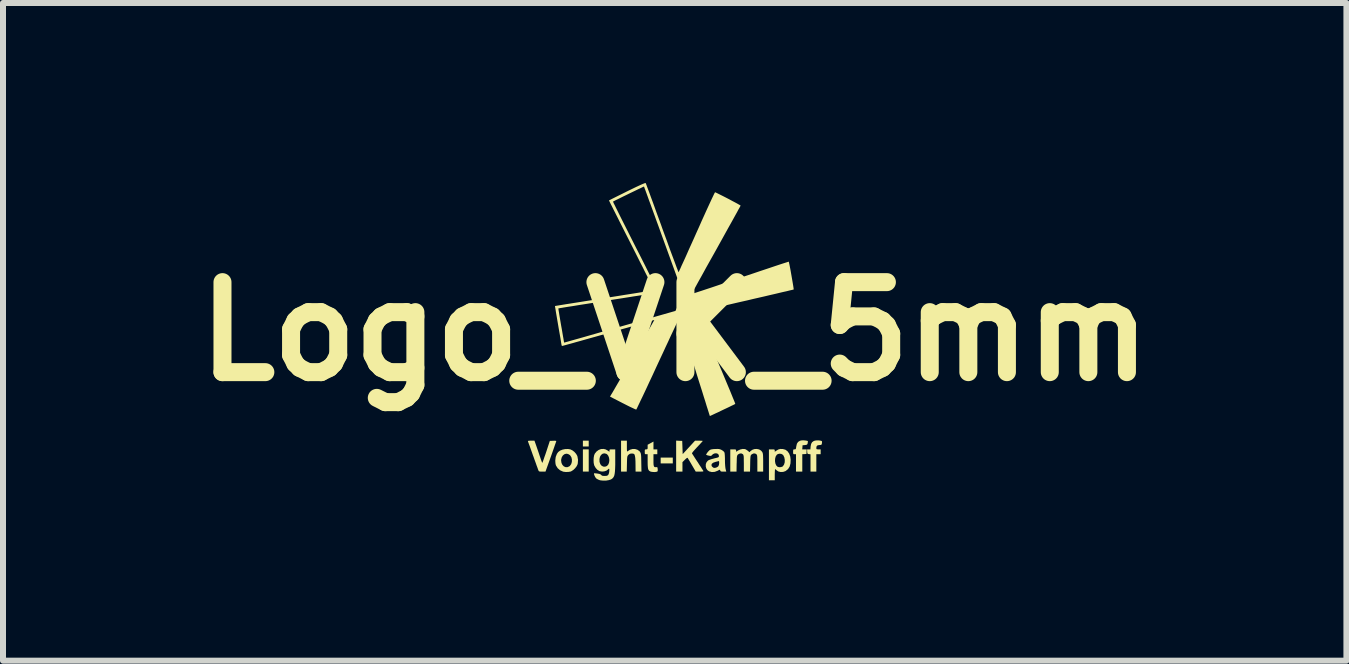
<source format=kicad_pcb>
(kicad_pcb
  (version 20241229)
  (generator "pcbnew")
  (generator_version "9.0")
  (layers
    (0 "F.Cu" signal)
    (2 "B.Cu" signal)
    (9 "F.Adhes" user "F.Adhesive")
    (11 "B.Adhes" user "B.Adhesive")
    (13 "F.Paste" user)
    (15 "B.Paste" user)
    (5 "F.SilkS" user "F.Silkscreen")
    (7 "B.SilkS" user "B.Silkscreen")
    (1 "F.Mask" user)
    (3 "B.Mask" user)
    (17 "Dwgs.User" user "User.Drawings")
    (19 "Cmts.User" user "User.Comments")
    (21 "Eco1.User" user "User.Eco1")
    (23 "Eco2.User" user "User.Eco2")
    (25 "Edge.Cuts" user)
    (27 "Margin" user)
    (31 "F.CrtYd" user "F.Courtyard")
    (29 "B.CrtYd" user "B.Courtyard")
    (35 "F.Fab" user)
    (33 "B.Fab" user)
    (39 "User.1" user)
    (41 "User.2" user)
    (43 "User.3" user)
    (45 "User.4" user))
  (footprint "Logo_VK_5mm"
    (layer "F.Cu")
    (at 8.193 2.473)
    (property "Reference" "Logo_VK_5mm" (at 0 0 0) (layer "F.SilkS") (effects (font (size 1.5 1.5) (thickness 0.3))))
    (attr board_only exclude_from_pos_files exclude_from_bom)
    (fp_poly (pts (xy -1.433 1.868) (xy -1.433 1.917) (xy -1.482 1.917) (xy -1.53 1.917) (xy -1.53 1.868) (xy -1.53 1.82) (xy -1.482 1.82) (xy -1.433 1.82)) (stroke (width 0) (type solid)) (fill yes) (layer "F.SilkS"))
    (fp_poly (pts (xy -1.433 2.15) (xy -1.433 2.335) (xy -1.482 2.335) (xy -1.53 2.335) (xy -1.53 2.15) (xy -1.53 1.965) (xy -1.482 1.965) (xy -1.433 1.965)) (stroke (width 0) (type solid)) (fill yes) (layer "F.SilkS"))
    (fp_poly (pts (xy -0.032 2.15) (xy -0.032 2.199) (xy -0.133 2.199) (xy -0.234 2.199) (xy -0.234 2.15) (xy -0.234 2.102) (xy -0.133 2.102) (xy -0.032 2.102)) (stroke (width 0) (type solid)) (fill yes) (layer "F.SilkS"))
    (fp_poly (pts (xy 2.42 1.818) (xy 2.442 1.823) (xy 2.453 1.829) (xy 2.455 1.842) (xy 2.453 1.862) (xy 2.453 1.865) (xy 2.448 1.882) (xy 2.441 1.89) (xy 2.424 1.892) (xy 2.412 1.893) (xy 2.383 1.897) (xy 2.366 1.91) (xy 2.36 1.935) (xy 2.36 1.944) (xy 2.361 1.957) (xy 2.368 1.963) (xy 2.385 1.965) (xy 2.396 1.965) (xy 2.432 1.965) (xy 2.432 2.005) (xy 2.432 2.046) (xy 2.396 2.046) (xy 2.36 2.046) (xy 2.36 2.19) (xy 2.36 2.335) (xy 2.311 2.335) (xy 2.263 2.335) (xy 2.263 2.191) (xy 2.263 2.047) (xy 2.237 2.044) (xy 2.221 2.041) (xy 2.213 2.035) (xy 2.209 2.019) (xy 2.208 2.003) (xy 2.206 1.965) (xy 2.233 1.965) (xy 2.261 1.965) (xy 2.265 1.916) (xy 2.273 1.875) (xy 2.289 1.846) (xy 2.315 1.827) (xy 2.338 1.819) (xy 2.363 1.816) (xy 2.392 1.815)) (stroke (width 0) (type solid)) (fill yes) (layer "F.SilkS"))
    (fp_poly (pts (xy 2.154 1.815) (xy 2.182 1.818) (xy 2.205 1.822) (xy 2.217 1.826) (xy 2.218 1.827) (xy 2.219 1.838) (xy 2.216 1.857) (xy 2.216 1.861) (xy 2.211 1.877) (xy 2.203 1.886) (xy 2.187 1.891) (xy 2.17 1.893) (xy 2.13 1.897) (xy 2.128 1.931) (xy 2.125 1.965) (xy 2.162 1.965) (xy 2.199 1.965) (xy 2.197 2.003) (xy 2.195 2.042) (xy 2.16 2.044) (xy 2.126 2.046) (xy 2.126 2.191) (xy 2.126 2.335) (xy 2.074 2.335) (xy 2.021 2.335) (xy 2.021 2.19) (xy 2.021 2.046) (xy 1.997 2.046) (xy 1.983 2.045) (xy 1.976 2.039) (xy 1.973 2.025) (xy 1.973 2.005) (xy 1.974 1.981) (xy 1.977 1.97) (xy 1.985 1.965) (xy 1.996 1.965) (xy 2.009 1.964) (xy 2.017 1.959) (xy 2.021 1.946) (xy 2.025 1.921) (xy 2.026 1.915) (xy 2.036 1.871) (xy 2.056 1.841) (xy 2.087 1.822) (xy 2.106 1.817) (xy 2.127 1.815)) (stroke (width 0) (type solid)) (fill yes) (layer "F.SilkS"))
    (fp_poly (pts (xy -0.797 1.914) (xy -0.797 1.954) (xy -0.796 1.98) (xy -0.795 1.994) (xy -0.792 2) (xy -0.787 1.999) (xy -0.783 1.995) (xy -0.745 1.971) (xy -0.703 1.959) (xy -0.661 1.959) (xy -0.622 1.971) (xy -0.589 1.994) (xy -0.579 2.006) (xy -0.572 2.017) (xy -0.567 2.027) (xy -0.564 2.041) (xy -0.561 2.06) (xy -0.559 2.088) (xy -0.558 2.126) (xy -0.557 2.177) (xy -0.557 2.184) (xy -0.554 2.335) (xy -0.603 2.335) (xy -0.652 2.335) (xy -0.653 2.229) (xy -0.654 2.162) (xy -0.657 2.11) (xy -0.663 2.073) (xy -0.671 2.05) (xy -0.676 2.043) (xy -0.689 2.037) (xy -0.711 2.034) (xy -0.717 2.034) (xy -0.745 2.038) (xy -0.768 2.053) (xy -0.771 2.056) (xy -0.779 2.065) (xy -0.785 2.073) (xy -0.789 2.085) (xy -0.792 2.102) (xy -0.794 2.127) (xy -0.795 2.163) (xy -0.796 2.207) (xy -0.799 2.335) (xy -0.846 2.335) (xy -0.894 2.335) (xy -0.894 2.078) (xy -0.894 1.82) (xy -0.846 1.82) (xy -0.797 1.82)) (stroke (width 0) (type solid)) (fill yes) (layer "F.SilkS"))
    (fp_poly (pts (xy -0.354 1.9) (xy -0.354 1.965) (xy -0.322 1.965) (xy -0.29 1.965) (xy -0.29 2.005) (xy -0.29 2.046) (xy -0.322 2.046) (xy -0.354 2.046) (xy -0.354 2.145) (xy -0.354 2.192) (xy -0.352 2.224) (xy -0.347 2.246) (xy -0.339 2.257) (xy -0.327 2.262) (xy -0.31 2.261) (xy -0.309 2.261) (xy -0.295 2.261) (xy -0.288 2.266) (xy -0.285 2.282) (xy -0.283 2.296) (xy -0.283 2.319) (xy -0.286 2.331) (xy -0.296 2.337) (xy -0.3 2.338) (xy -0.329 2.343) (xy -0.362 2.342) (xy -0.392 2.338) (xy -0.41 2.332) (xy -0.425 2.322) (xy -0.435 2.31) (xy -0.443 2.292) (xy -0.447 2.266) (xy -0.45 2.23) (xy -0.451 2.181) (xy -0.451 2.164) (xy -0.451 2.046) (xy -0.475 2.046) (xy -0.489 2.045) (xy -0.497 2.039) (xy -0.499 2.025) (xy -0.499 2.005) (xy -0.499 1.981) (xy -0.496 1.97) (xy -0.487 1.965) (xy -0.475 1.965) (xy -0.461 1.964) (xy -0.454 1.958) (xy -0.451 1.944) (xy -0.451 1.927) (xy -0.451 1.888) (xy -0.403 1.862) (xy -0.354 1.835)) (stroke (width 0) (type solid)) (fill yes) (layer "F.SilkS"))
    (fp_poly (pts (xy -1.74 1.965) (xy -1.706 1.981) (xy -1.672 2.007) (xy -1.643 2.04) (xy -1.623 2.075) (xy -1.621 2.083) (xy -1.611 2.139) (xy -1.615 2.197) (xy -1.62 2.218) (xy -1.636 2.249) (xy -1.661 2.281) (xy -1.691 2.309) (xy -1.722 2.329) (xy -1.736 2.335) (xy -1.773 2.341) (xy -1.814 2.342) (xy -1.85 2.338) (xy -1.86 2.336) (xy -1.911 2.313) (xy -1.95 2.279) (xy -1.978 2.235) (xy -1.981 2.227) (xy -1.986 2.207) (xy -1.989 2.177) (xy -1.99 2.15) (xy -1.893 2.15) (xy -1.887 2.191) (xy -1.871 2.224) (xy -1.848 2.248) (xy -1.82 2.261) (xy -1.789 2.262) (xy -1.758 2.249) (xy -1.747 2.241) (xy -1.725 2.211) (xy -1.714 2.174) (xy -1.713 2.134) (xy -1.722 2.096) (xy -1.742 2.065) (xy -1.747 2.06) (xy -1.777 2.042) (xy -1.808 2.037) (xy -1.838 2.046) (xy -1.863 2.066) (xy -1.882 2.096) (xy -1.892 2.134) (xy -1.893 2.15) (xy -1.99 2.15) (xy -1.99 2.149) (xy -1.983 2.091) (xy -1.963 2.04) (xy -1.942 2.01) (xy -1.912 1.987) (xy -1.872 1.97) (xy -1.825 1.96) (xy -1.777 1.959)) (stroke (width 0) (type solid)) (fill yes) (layer "F.SilkS"))
    (fp_poly (pts (xy 0.074 1.822) (xy 0.125 1.824) (xy 0.129 1.934) (xy 0.133 2.044) (xy 0.236 1.932) (xy 0.339 1.82) (xy 0.403 1.82) (xy 0.433 1.821) (xy 0.455 1.822) (xy 0.466 1.824) (xy 0.467 1.825) (xy 0.462 1.832) (xy 0.447 1.849) (xy 0.425 1.873) (xy 0.397 1.903) (xy 0.375 1.926) (xy 0.341 1.963) (xy 0.314 1.993) (xy 0.296 2.016) (xy 0.288 2.029) (xy 0.288 2.032) (xy 0.294 2.042) (xy 0.307 2.062) (xy 0.326 2.092) (xy 0.35 2.129) (xy 0.377 2.17) (xy 0.383 2.178) (xy 0.41 2.221) (xy 0.435 2.258) (xy 0.455 2.29) (xy 0.47 2.313) (xy 0.478 2.325) (xy 0.478 2.325) (xy 0.477 2.33) (xy 0.467 2.334) (xy 0.443 2.335) (xy 0.417 2.335) (xy 0.35 2.335) (xy 0.288 2.229) (xy 0.266 2.191) (xy 0.246 2.157) (xy 0.23 2.131) (xy 0.22 2.114) (xy 0.218 2.11) (xy 0.212 2.105) (xy 0.202 2.109) (xy 0.186 2.122) (xy 0.169 2.138) (xy 0.129 2.178) (xy 0.129 2.257) (xy 0.129 2.335) (xy 0.077 2.335) (xy 0.024 2.335) (xy 0.024 2.077) (xy 0.024 1.819)) (stroke (width 0) (type solid)) (fill yes) (layer "F.SilkS"))
    (fp_poly (pts (xy -2.305 1.911) (xy -2.289 1.958) (xy -2.27 2.013) (xy -2.252 2.067) (xy -2.242 2.096) (xy -2.23 2.132) (xy -2.219 2.162) (xy -2.211 2.182) (xy -2.207 2.19) (xy -2.207 2.19) (xy -2.203 2.183) (xy -2.195 2.163) (xy -2.184 2.131) (xy -2.17 2.09) (xy -2.153 2.043) (xy -2.141 2.007) (xy -2.081 1.824) (xy -2.027 1.822) (xy -2 1.821) (xy -1.98 1.823) (xy -1.973 1.826) (xy -1.973 1.826) (xy -1.976 1.835) (xy -1.983 1.857) (xy -1.995 1.89) (xy -2.01 1.934) (xy -2.028 1.985) (xy -2.048 2.042) (xy -2.063 2.084) (xy -2.153 2.335) (xy -2.208 2.335) (xy -2.238 2.335) (xy -2.255 2.333) (xy -2.264 2.328) (xy -2.27 2.318) (xy -2.272 2.313) (xy -2.277 2.3) (xy -2.286 2.274) (xy -2.3 2.237) (xy -2.316 2.191) (xy -2.335 2.139) (xy -2.355 2.082) (xy -2.36 2.07) (xy -2.38 2.013) (xy -2.399 1.96) (xy -2.415 1.914) (xy -2.429 1.877) (xy -2.439 1.85) (xy -2.444 1.835) (xy -2.444 1.834) (xy -2.446 1.827) (xy -2.44 1.823) (xy -2.425 1.821) (xy -2.397 1.82) (xy -2.394 1.82) (xy -2.337 1.82)) (stroke (width 0) (type solid)) (fill yes) (layer "F.SilkS"))
    (fp_poly (pts (xy 1.796 1.959) (xy 1.801 1.959) (xy 1.845 1.971) (xy 1.88 1.997) (xy 1.907 2.035) (xy 1.925 2.084) (xy 1.932 2.137) (xy 1.929 2.2) (xy 1.915 2.252) (xy 1.889 2.293) (xy 1.852 2.323) (xy 1.844 2.328) (xy 1.805 2.341) (xy 1.764 2.342) (xy 1.726 2.333) (xy 1.697 2.313) (xy 1.692 2.308) (xy 1.68 2.297) (xy 1.674 2.295) (xy 1.671 2.303) (xy 1.669 2.323) (xy 1.668 2.353) (xy 1.667 2.388) (xy 1.667 2.48) (xy 1.619 2.48) (xy 1.57 2.48) (xy 1.57 2.223) (xy 1.57 2.16) (xy 1.671 2.16) (xy 1.677 2.198) (xy 1.69 2.23) (xy 1.71 2.252) (xy 1.713 2.254) (xy 1.739 2.262) (xy 1.769 2.261) (xy 1.795 2.252) (xy 1.802 2.247) (xy 1.822 2.218) (xy 1.833 2.181) (xy 1.834 2.14) (xy 1.827 2.1) (xy 1.811 2.066) (xy 1.803 2.056) (xy 1.778 2.041) (xy 1.748 2.037) (xy 1.719 2.043) (xy 1.7 2.056) (xy 1.682 2.085) (xy 1.673 2.121) (xy 1.671 2.16) (xy 1.57 2.16) (xy 1.57 1.965) (xy 1.619 1.965) (xy 1.645 1.965) (xy 1.66 1.968) (xy 1.666 1.974) (xy 1.667 1.984) (xy 1.667 1.985) (xy 1.667 2.005) (xy 1.697 1.985) (xy 1.729 1.966) (xy 1.76 1.958)) (stroke (width 0) (type solid)) (fill yes) (layer "F.SilkS"))
    (fp_poly (pts (xy 1.17 1.96) (xy 1.171 1.96) (xy 1.19 1.969) (xy 1.212 1.984) (xy 1.219 1.989) (xy 1.246 2.013) (xy 1.261 1.996) (xy 1.292 1.973) (xy 1.328 1.96) (xy 1.368 1.958) (xy 1.406 1.966) (xy 1.438 1.985) (xy 1.457 2.007) (xy 1.463 2.018) (xy 1.467 2.03) (xy 1.47 2.046) (xy 1.472 2.069) (xy 1.473 2.101) (xy 1.474 2.145) (xy 1.474 2.184) (xy 1.474 2.335) (xy 1.425 2.335) (xy 1.377 2.335) (xy 1.377 2.199) (xy 1.377 2.148) (xy 1.376 2.112) (xy 1.375 2.086) (xy 1.373 2.069) (xy 1.369 2.057) (xy 1.364 2.049) (xy 1.36 2.045) (xy 1.338 2.033) (xy 1.311 2.034) (xy 1.285 2.047) (xy 1.276 2.054) (xy 1.27 2.061) (xy 1.266 2.071) (xy 1.263 2.086) (xy 1.261 2.109) (xy 1.259 2.142) (xy 1.258 2.187) (xy 1.258 2.203) (xy 1.255 2.335) (xy 1.203 2.335) (xy 1.152 2.335) (xy 1.152 2.199) (xy 1.151 2.148) (xy 1.151 2.112) (xy 1.15 2.086) (xy 1.147 2.069) (xy 1.144 2.057) (xy 1.139 2.049) (xy 1.135 2.045) (xy 1.113 2.033) (xy 1.086 2.034) (xy 1.059 2.047) (xy 1.051 2.054) (xy 1.045 2.061) (xy 1.041 2.071) (xy 1.037 2.086) (xy 1.035 2.109) (xy 1.034 2.142) (xy 1.033 2.187) (xy 1.032 2.203) (xy 1.03 2.335) (xy 0.978 2.335) (xy 0.926 2.335) (xy 0.926 2.15) (xy 0.926 1.965) (xy 0.974 1.965) (xy 1.001 1.965) (xy 1.016 1.968) (xy 1.022 1.974) (xy 1.023 1.984) (xy 1.023 1.985) (xy 1.023 2.005) (xy 1.054 1.985) (xy 1.092 1.967) (xy 1.132 1.958)) (stroke (width 0) (type solid)) (fill yes) (layer "F.SilkS"))
    (fp_poly (pts (xy 0.736 1.959) (xy 0.756 1.964) (xy 0.776 1.972) (xy 0.781 1.975) (xy 0.805 1.99) (xy 0.822 2.006) (xy 0.827 2.013) (xy 0.832 2.032) (xy 0.835 2.066) (xy 0.837 2.113) (xy 0.837 2.142) (xy 0.838 2.194) (xy 0.841 2.241) (xy 0.845 2.277) (xy 0.848 2.293) (xy 0.859 2.335) (xy 0.811 2.335) (xy 0.784 2.335) (xy 0.769 2.332) (xy 0.761 2.325) (xy 0.759 2.319) (xy 0.756 2.309) (xy 0.752 2.305) (xy 0.743 2.307) (xy 0.725 2.316) (xy 0.712 2.323) (xy 0.666 2.34) (xy 0.619 2.343) (xy 0.575 2.332) (xy 0.574 2.332) (xy 0.545 2.311) (xy 0.526 2.282) (xy 0.517 2.248) (xy 0.518 2.227) (xy 0.612 2.227) (xy 0.619 2.248) (xy 0.637 2.265) (xy 0.652 2.273) (xy 0.674 2.273) (xy 0.7 2.265) (xy 0.722 2.251) (xy 0.727 2.246) (xy 0.737 2.223) (xy 0.741 2.193) (xy 0.74 2.171) (xy 0.736 2.161) (xy 0.728 2.161) (xy 0.727 2.161) (xy 0.711 2.166) (xy 0.686 2.172) (xy 0.676 2.175) (xy 0.64 2.188) (xy 0.618 2.206) (xy 0.612 2.227) (xy 0.518 2.227) (xy 0.518 2.212) (xy 0.53 2.18) (xy 0.553 2.153) (xy 0.566 2.145) (xy 0.586 2.137) (xy 0.616 2.127) (xy 0.651 2.118) (xy 0.664 2.114) (xy 0.698 2.106) (xy 0.72 2.1) (xy 0.731 2.094) (xy 0.736 2.086) (xy 0.737 2.076) (xy 0.737 2.074) (xy 0.73 2.051) (xy 0.713 2.036) (xy 0.689 2.03) (xy 0.663 2.033) (xy 0.637 2.045) (xy 0.628 2.054) (xy 0.614 2.068) (xy 0.602 2.074) (xy 0.586 2.073) (xy 0.564 2.069) (xy 0.541 2.063) (xy 0.527 2.057) (xy 0.523 2.054) (xy 0.529 2.041) (xy 0.542 2.021) (xy 0.559 2) (xy 0.576 1.983) (xy 0.582 1.978) (xy 0.598 1.969) (xy 0.619 1.964) (xy 0.65 1.96) (xy 0.674 1.959) (xy 0.711 1.958)) (stroke (width 0) (type solid)) (fill yes) (layer "F.SilkS"))
    (fp_poly (pts (xy -1.153 1.965) (xy -1.121 1.982) (xy -1.117 1.985) (xy -1.087 2.005) (xy -1.087 1.985) (xy -1.086 1.974) (xy -1.08 1.968) (xy -1.066 1.965) (xy -1.04 1.965) (xy -1.039 1.965) (xy -0.991 1.965) (xy -0.991 2.145) (xy -0.991 2.222) (xy -0.993 2.285) (xy -0.996 2.335) (xy -1.001 2.374) (xy -1.008 2.404) (xy -1.019 2.427) (xy -1.032 2.444) (xy -1.049 2.458) (xy -1.067 2.468) (xy -1.1 2.478) (xy -1.142 2.485) (xy -1.188 2.486) (xy -1.231 2.482) (xy -1.251 2.478) (xy -1.278 2.467) (xy -1.302 2.453) (xy -1.309 2.448) (xy -1.321 2.432) (xy -1.333 2.41) (xy -1.342 2.388) (xy -1.345 2.371) (xy -1.344 2.364) (xy -1.335 2.363) (xy -1.314 2.365) (xy -1.288 2.368) (xy -1.255 2.374) (xy -1.235 2.382) (xy -1.225 2.391) (xy -1.215 2.401) (xy -1.2 2.406) (xy -1.174 2.408) (xy -1.168 2.408) (xy -1.135 2.406) (xy -1.114 2.397) (xy -1.101 2.379) (xy -1.093 2.349) (xy -1.091 2.333) (xy -1.089 2.304) (xy -1.092 2.289) (xy -1.101 2.289) (xy -1.112 2.3) (xy -1.137 2.319) (xy -1.172 2.331) (xy -1.21 2.335) (xy -1.247 2.329) (xy -1.254 2.327) (xy -1.287 2.307) (xy -1.316 2.276) (xy -1.338 2.238) (xy -1.342 2.228) (xy -1.35 2.191) (xy -1.352 2.148) (xy -1.351 2.126) (xy -1.254 2.126) (xy -1.253 2.17) (xy -1.252 2.176) (xy -1.24 2.211) (xy -1.219 2.237) (xy -1.191 2.252) (xy -1.161 2.254) (xy -1.131 2.243) (xy -1.125 2.238) (xy -1.104 2.213) (xy -1.093 2.18) (xy -1.089 2.143) (xy -1.094 2.106) (xy -1.107 2.072) (xy -1.127 2.047) (xy -1.143 2.038) (xy -1.176 2.031) (xy -1.204 2.039) (xy -1.228 2.059) (xy -1.245 2.088) (xy -1.254 2.126) (xy -1.351 2.126) (xy -1.35 2.104) (xy -1.343 2.065) (xy -1.332 2.037) (xy -1.304 2.002) (xy -1.268 1.975) (xy -1.229 1.96) (xy -1.221 1.959) (xy -1.184 1.958)) (stroke (width 0) (type solid)) (fill yes) (layer "F.SilkS"))
    (fp_poly (pts (xy -0.483 -2.472) (xy -0.48 -2.464) (xy -0.471 -2.441) (xy -0.458 -2.405) (xy -0.44 -2.357) (xy -0.418 -2.298) (xy -0.393 -2.229) (xy -0.364 -2.151) (xy -0.333 -2.065) (xy -0.3 -1.973) (xy -0.264 -1.875) (xy -0.226 -1.772) (xy -0.209 -1.723) (xy -0.171 -1.619) (xy -0.134 -1.519) (xy -0.1 -1.424) (xy -0.068 -1.336) (xy -0.038 -1.256) (xy -0.011 -1.184) (xy 0.012 -1.122) (xy 0.031 -1.07) (xy 0.047 -1.03) (xy 0.057 -1.002) (xy 0.063 -0.988) (xy 0.064 -0.986) (xy 0.068 -0.994) (xy 0.078 -1.015) (xy 0.094 -1.049) (xy 0.114 -1.095) (xy 0.14 -1.151) (xy 0.17 -1.216) (xy 0.203 -1.29) (xy 0.239 -1.372) (xy 0.279 -1.46) (xy 0.321 -1.553) (xy 0.364 -1.65) (xy 0.366 -1.654) (xy 0.41 -1.752) (xy 0.451 -1.845) (xy 0.491 -1.933) (xy 0.528 -2.015) (xy 0.562 -2.089) (xy 0.592 -2.154) (xy 0.618 -2.21) (xy 0.64 -2.256) (xy 0.656 -2.29) (xy 0.667 -2.311) (xy 0.672 -2.319) (xy 0.672 -2.319) (xy 0.682 -2.316) (xy 0.703 -2.306) (xy 0.735 -2.29) (xy 0.773 -2.271) (xy 0.817 -2.249) (xy 0.864 -2.225) (xy 0.912 -2.2) (xy 0.958 -2.175) (xy 1.002 -2.152) (xy 1.039 -2.132) (xy 1.069 -2.115) (xy 1.09 -2.103) (xy 1.098 -2.097) (xy 1.098 -2.097) (xy 1.094 -2.089) (xy 1.083 -2.068) (xy 1.064 -2.035) (xy 1.04 -1.99) (xy 1.01 -1.936) (xy 0.974 -1.871) (xy 0.934 -1.799) (xy 0.889 -1.719) (xy 0.841 -1.632) (xy 0.79 -1.54) (xy 0.736 -1.443) (xy 0.689 -1.358) (xy 0.633 -1.258) (xy 0.579 -1.162) (xy 0.528 -1.071) (xy 0.481 -0.985) (xy 0.438 -0.907) (xy 0.398 -0.836) (xy 0.364 -0.774) (xy 0.335 -0.721) (xy 0.312 -0.679) (xy 0.295 -0.648) (xy 0.286 -0.63) (xy 0.283 -0.624) (xy 0.291 -0.627) (xy 0.313 -0.634) (xy 0.348 -0.645) (xy 0.396 -0.661) (xy 0.455 -0.68) (xy 0.524 -0.703) (xy 0.603 -0.729) (xy 0.689 -0.758) (xy 0.783 -0.79) (xy 0.883 -0.824) (xy 0.989 -0.859) (xy 1.091 -0.894) (xy 1.201 -0.931) (xy 1.306 -0.966) (xy 1.406 -1) (xy 1.499 -1.031) (xy 1.586 -1.06) (xy 1.663 -1.086) (xy 1.732 -1.109) (xy 1.79 -1.128) (xy 1.837 -1.143) (xy 1.872 -1.154) (xy 1.893 -1.161) (xy 1.9 -1.163) (xy 1.903 -1.154) (xy 1.908 -1.131) (xy 1.915 -1.098) (xy 1.923 -1.057) (xy 1.932 -1.009) (xy 1.941 -0.957) (xy 1.95 -0.905) (xy 1.959 -0.853) (xy 1.967 -0.806) (xy 1.974 -0.764) (xy 1.979 -0.731) (xy 1.982 -0.709) (xy 1.983 -0.7) (xy 1.983 -0.7) (xy 1.974 -0.697) (xy 1.951 -0.691) (xy 1.915 -0.683) (xy 1.868 -0.671) (xy 1.809 -0.658) (xy 1.741 -0.642) (xy 1.666 -0.624) (xy 1.583 -0.605) (xy 1.495 -0.584) (xy 1.403 -0.563) (xy 1.307 -0.541) (xy 1.211 -0.518) (xy 1.113 -0.496) (xy 1.017 -0.474) (xy 0.923 -0.452) (xy 0.832 -0.431) (xy 0.746 -0.412) (xy 0.666 -0.394) (xy 0.593 -0.377) (xy 0.529 -0.363) (xy 0.474 -0.35) (xy 0.431 -0.341) (xy 0.4 -0.334) (xy 0.383 -0.331) (xy 0.38 -0.33) (xy 0.372 -0.324) (xy 0.373 -0.316) (xy 0.376 -0.307) (xy 0.386 -0.284) (xy 0.401 -0.248) (xy 0.421 -0.2) (xy 0.445 -0.142) (xy 0.474 -0.074) (xy 0.506 0.003) (xy 0.542 0.088) (xy 0.581 0.179) (xy 0.622 0.277) (xy 0.665 0.379) (xy 0.696 0.45) (xy 0.74 0.555) (xy 0.782 0.655) (xy 0.822 0.75) (xy 0.859 0.839) (xy 0.893 0.92) (xy 0.924 0.994) (xy 0.95 1.058) (xy 0.972 1.112) (xy 0.99 1.155) (xy 1.002 1.186) (xy 1.008 1.204) (xy 1.009 1.208) (xy 1.001 1.212) (xy 0.98 1.223) (xy 0.95 1.237) (xy 0.912 1.256) (xy 0.868 1.277) (xy 0.821 1.299) (xy 0.773 1.322) (xy 0.726 1.345) (xy 0.682 1.365) (xy 0.644 1.383) (xy 0.614 1.397) (xy 0.594 1.406) (xy 0.586 1.409) (xy 0.583 1.402) (xy 0.576 1.38) (xy 0.565 1.345) (xy 0.55 1.297) (xy 0.531 1.238) (xy 0.51 1.168) (xy 0.485 1.09) (xy 0.458 1.002) (xy 0.428 0.908) (xy 0.396 0.807) (xy 0.363 0.701) (xy 0.331 0.596) (xy 0.296 0.485) (xy 0.263 0.379) (xy 0.232 0.279) (xy 0.202 0.185) (xy 0.175 0.098) (xy 0.15 0.02) (xy 0.128 -0.049) (xy 0.109 -0.108) (xy 0.094 -0.155) (xy 0.083 -0.189) (xy 0.076 -0.211) (xy 0.073 -0.217) (xy 0.069 -0.21) (xy 0.059 -0.189) (xy 0.043 -0.156) (xy 0.021 -0.11) (xy -0.005 -0.054) (xy -0.036 0.012) (xy -0.071 0.086) (xy -0.109 0.169) (xy -0.151 0.258) (xy -0.195 0.354) (xy -0.242 0.454) (xy -0.282 0.54) (xy -0.33 0.644) (xy -0.376 0.744) (xy -0.421 0.839) (xy -0.462 0.928) (xy -0.5 1.009) (xy -0.535 1.083) (xy -0.566 1.147) (xy -0.592 1.202) (xy -0.613 1.246) (xy -0.628 1.278) (xy -0.638 1.297) (xy -0.641 1.302) (xy -0.651 1.299) (xy -0.672 1.29) (xy -0.704 1.275) (xy -0.745 1.256) (xy -0.793 1.232) (xy -0.846 1.205) (xy -0.864 1.196) (xy -1.078 1.086) (xy -1.056 1.048) (xy -1.049 1.037) (xy -1.034 1.012) (xy -1.013 0.976) (xy -0.986 0.929) (xy -0.953 0.872) (xy -0.915 0.807) (xy -0.873 0.734) (xy -0.827 0.655) (xy -0.778 0.57) (xy -0.727 0.481) (xy -0.673 0.388) (xy -0.619 0.294) (xy -0.563 0.198) (xy -0.508 0.103) (xy -0.454 0.008) (xy -0.4 -0.084) (xy -0.349 -0.174) (xy -0.341 -0.187) (xy -0.343 -0.19) (xy -0.348 -0.189) (xy -0.36 -0.186) (xy -0.386 -0.178) (xy -0.425 -0.167) (xy -0.475 -0.152) (xy -0.535 -0.135) (xy -0.604 -0.116) (xy -0.68 -0.094) (xy -0.763 -0.07) (xy -0.85 -0.046) (xy -0.941 -0.02) (xy -1.034 0.006) (xy -1.129 0.033) (xy -1.223 0.06) (xy -1.315 0.086) (xy -1.405 0.111) (xy -1.49 0.135) (xy -1.571 0.158) (xy -1.644 0.178) (xy -1.71 0.197) (xy -1.766 0.212) (xy -1.812 0.225) (xy -1.846 0.234) (xy -1.867 0.24) (xy -1.873 0.242) (xy -1.883 0.237) (xy -1.884 0.234) (xy -1.886 0.225) (xy -1.89 0.202) (xy -1.896 0.166) (xy -1.903 0.119) (xy -1.913 0.063) (xy -1.924 0.000466) (xy -1.936 -0.068) (xy -1.941 -0.098) (xy -1.953 -0.168) (xy -1.964 -0.233) (xy -1.974 -0.291) (xy -1.982 -0.34) (xy -1.988 -0.38) (xy -1.989 -0.383) (xy -1.939 -0.383) (xy -1.938 -0.375) (xy -1.935 -0.353) (xy -1.929 -0.318) (xy -1.922 -0.273) (xy -1.913 -0.22) (xy -1.903 -0.16) (xy -1.893 -0.101) (xy -1.881 -0.036) (xy -1.871 0.024) (xy -1.862 0.077) (xy -1.854 0.121) (xy -1.849 0.154) (xy -1.845 0.175) (xy -1.844 0.182) (xy -1.838 0.185) (xy -1.838 0.185) (xy -1.83 0.183) (xy -1.807 0.176) (xy -1.77 0.166) (xy -1.721 0.152) (xy -1.661 0.135) (xy -1.589 0.115) (xy -1.508 0.092) (xy -1.418 0.066) (xy -1.32 0.038) (xy -1.216 0.008) (xy -1.105 -0.023) (xy -0.99 -0.056) (xy -0.91 -0.079) (xy 0.012 -0.342) (xy 0.079 -0.474) (xy 0.146 -0.606) (xy -0.182 -1.509) (xy -0.224 -1.625) (xy -0.264 -1.736) (xy -0.303 -1.842) (xy -0.339 -1.942) (xy -0.373 -2.035) (xy -0.404 -2.12) (xy -0.432 -2.196) (xy -0.456 -2.263) (xy -0.476 -2.318) (xy -0.492 -2.362) (xy -0.504 -2.393) (xy -0.51 -2.411) (xy -0.512 -2.415) (xy -0.519 -2.412) (xy -0.539 -2.403) (xy -0.569 -2.388) (xy -0.608 -2.37) (xy -0.653 -2.348) (xy -0.703 -2.324) (xy -0.755 -2.299) (xy -0.808 -2.273) (xy -0.86 -2.248) (xy -0.908 -2.224) (xy -0.95 -2.203) (xy -0.986 -2.186) (xy -1.012 -2.172) (xy -1.026 -2.165) (xy -1.029 -2.163) (xy -1.025 -2.156) (xy -1.016 -2.135) (xy -0.999 -2.102) (xy -0.977 -2.057) (xy -0.949 -2.001) (xy -0.917 -1.936) (xy -0.88 -1.862) (xy -0.839 -1.781) (xy -0.794 -1.692) (xy -0.747 -1.598) (xy -0.697 -1.499) (xy -0.65 -1.406) (xy -0.588 -1.285) (xy -0.534 -1.178) (xy -0.486 -1.083) (xy -0.445 -1) (xy -0.409 -0.929) (xy -0.378 -0.868) (xy -0.353 -0.816) (xy -0.332 -0.773) (xy -0.315 -0.738) (xy -0.302 -0.71) (xy -0.293 -0.689) (xy -0.287 -0.673) (xy -0.283 -0.661) (xy -0.282 -0.654) (xy -0.282 -0.65) (xy -0.284 -0.648) (xy -0.285 -0.648) (xy -0.296 -0.646) (xy -0.321 -0.642) (xy -0.36 -0.636) (xy -0.409 -0.628) (xy -0.469 -0.618) (xy -0.536 -0.607) (xy -0.611 -0.595) (xy -0.69 -0.583) (xy -0.733 -0.576) (xy -0.897 -0.55) (xy -1.046 -0.527) (xy -1.18 -0.505) (xy -1.301 -0.486) (xy -1.408 -0.469) (xy -1.504 -0.454) (xy -1.587 -0.441) (xy -1.66 -0.429) (xy -1.722 -0.419) (xy -1.775 -0.411) (xy -1.819 -0.404) (xy -1.855 -0.398) (xy -1.883 -0.393) (xy -1.905 -0.39) (xy -1.92 -0.387) (xy -1.931 -0.385) (xy -1.937 -0.384) (xy -1.939 -0.383) (xy -1.989 -0.383) (xy -1.993 -0.408) (xy -1.995 -0.422) (xy -1.995 -0.424) (xy -1.987 -0.425) (xy -1.964 -0.429) (xy -1.927 -0.435) (xy -1.878 -0.443) (xy -1.817 -0.453) (xy -1.745 -0.464) (xy -1.664 -0.477) (xy -1.574 -0.491) (xy -1.476 -0.507) (xy -1.372 -0.523) (xy -1.263 -0.541) (xy -1.172 -0.555) (xy -1.059 -0.573) (xy -0.95 -0.59) (xy -0.847 -0.607) (xy -0.751 -0.622) (xy -0.662 -0.636) (xy -0.582 -0.649) (xy -0.512 -0.66) (xy -0.453 -0.669) (xy -0.405 -0.677) (xy -0.371 -0.682) (xy -0.35 -0.686) (xy -0.345 -0.687) (xy -0.348 -0.694) (xy -0.357 -0.715) (xy -0.373 -0.748) (xy -0.395 -0.793) (xy -0.423 -0.848) (xy -0.455 -0.913) (xy -0.492 -0.986) (xy -0.532 -1.067) (xy -0.577 -1.155) (xy -0.624 -1.249) (xy -0.674 -1.348) (xy -0.717 -1.433) (xy -0.769 -1.536) (xy -0.819 -1.634) (xy -0.866 -1.727) (xy -0.91 -1.814) (xy -0.95 -1.894) (xy -0.987 -1.967) (xy -1.019 -2.03) (xy -1.046 -2.084) (xy -1.068 -2.127) (xy -1.083 -2.158) (xy -1.093 -2.177) (xy -1.095 -2.182) (xy -1.088 -2.187) (xy -1.068 -2.197) (xy -1.037 -2.213) (xy -0.995 -2.234) (xy -0.945 -2.259) (xy -0.888 -2.287) (xy -0.826 -2.318) (xy -0.792 -2.335) (xy -0.712 -2.374) (xy -0.646 -2.406) (xy -0.592 -2.431) (xy -0.55 -2.45) (xy -0.519 -2.463) (xy -0.498 -2.471) (xy -0.486 -2.473)) (stroke (width 0) (type solid)) (fill yes) (layer "F.SilkS")))
  (gr_rect
    (start -3 -3)
    (end 19.386 7.959)
    (stroke (width 0.1) (type default))
    (fill no)
    (layer "Edge.Cuts")))
</source>
